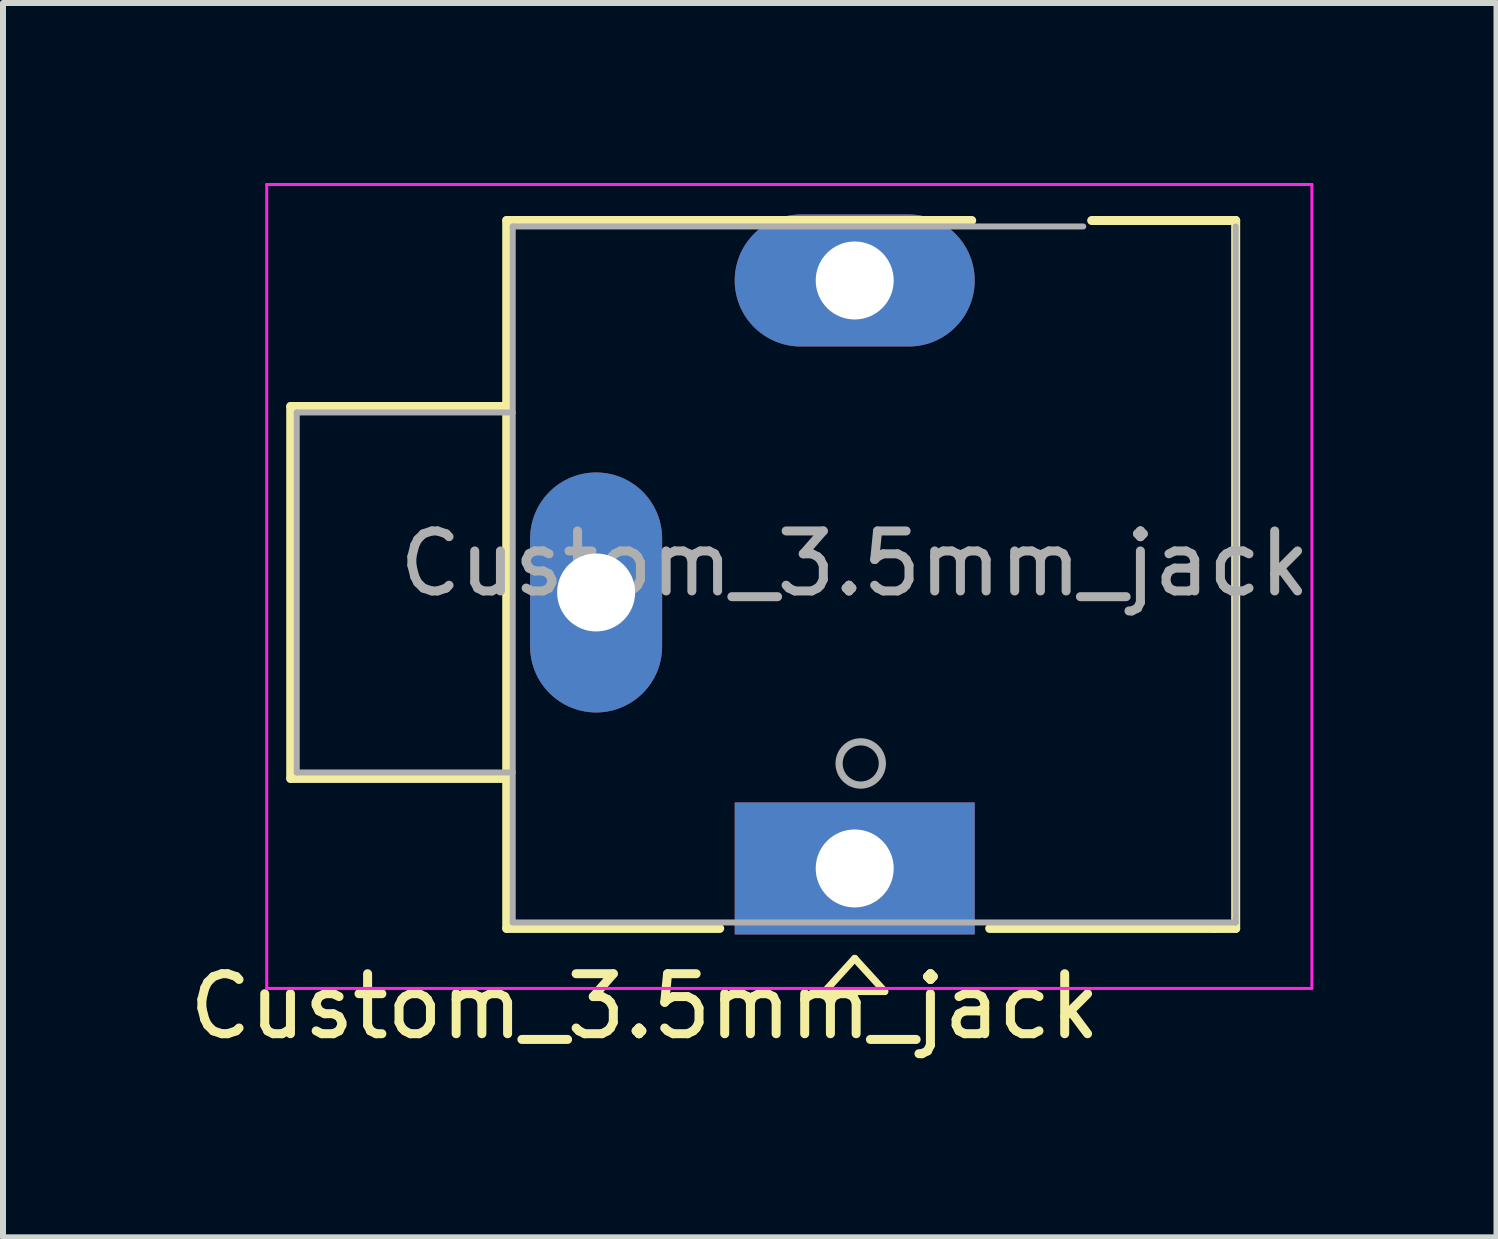
<source format=kicad_pcb>
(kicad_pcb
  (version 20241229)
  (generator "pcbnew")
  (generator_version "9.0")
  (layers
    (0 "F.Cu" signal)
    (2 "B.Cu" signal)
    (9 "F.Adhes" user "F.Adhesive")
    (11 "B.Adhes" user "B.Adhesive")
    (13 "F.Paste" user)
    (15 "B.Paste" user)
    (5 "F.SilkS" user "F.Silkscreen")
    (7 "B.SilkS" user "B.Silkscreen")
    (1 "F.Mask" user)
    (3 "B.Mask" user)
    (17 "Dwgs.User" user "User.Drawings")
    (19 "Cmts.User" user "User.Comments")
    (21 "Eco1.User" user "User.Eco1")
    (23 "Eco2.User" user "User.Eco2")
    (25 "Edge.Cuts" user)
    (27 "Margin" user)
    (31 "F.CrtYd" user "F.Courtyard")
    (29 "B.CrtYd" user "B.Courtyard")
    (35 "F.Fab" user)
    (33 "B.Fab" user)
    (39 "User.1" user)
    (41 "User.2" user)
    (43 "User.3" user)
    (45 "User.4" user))
  (footprint "Custom_3.5mm_jack"
    (layer "F.Cu")
    (at 11.196 11.425)
    (property "Reference" "Custom_3.5mm_jack" (at -3.5 2.3 180) (layer "F.SilkS") (effects (font (size 1 1) (thickness 0.15))))
    (attr through_hole)
    (fp_line (start -9.4 -7.7) (end -9.4 -1.5) (stroke (width 0.15) (type solid)) (layer "F.SilkS"))
    (fp_line (start -9.4 -1.5) (end -5.8 -1.5) (stroke (width 0.15) (type solid)) (layer "F.SilkS"))
    (fp_line (start -5.8 -10.8) (end 1.95 -10.8) (stroke (width 0.15) (type solid)) (layer "F.SilkS"))
    (fp_line (start -5.8 -7.7) (end -9.4 -7.7) (stroke (width 0.15) (type solid)) (layer "F.SilkS"))
    (fp_line (start -5.8 1) (end -5.8 -10.8) (stroke (width 0.15) (type solid)) (layer "F.SilkS"))
    (fp_line (start -2.25 1) (end -5.8 1) (stroke (width 0.15) (type solid)) (layer "F.SilkS"))
    (fp_line (start -0.5 2.05) (end 0.5 2.05) (stroke (width 0.12) (type solid)) (layer "F.SilkS"))
    (fp_line (start 0 1.5) (end -0.5 2.05) (stroke (width 0.12) (type solid)) (layer "F.SilkS"))
    (fp_line (start 0.5 2.05) (end 0 1.5) (stroke (width 0.12) (type solid)) (layer "F.SilkS"))
    (fp_line (start 3.95 -10.8) (end 6.35 -10.8) (stroke (width 0.15) (type solid)) (layer "F.SilkS"))
    (fp_line (start 6 1) (end 2.25 1) (stroke (width 0.15) (type solid)) (layer "F.SilkS"))
    (fp_line (start 6 1) (end 6.35 1) (stroke (width 0.15) (type solid)) (layer "F.SilkS"))
    (fp_line (start 6.35 -10.8) (end 6.35 1) (stroke (width 0.15) (type solid)) (layer "F.SilkS"))
    (fp_line (start -9.8 -11.4) (end -9.8 2) (stroke (width 0.05) (type solid)) (layer "F.CrtYd"))
    (fp_line (start -9.8 2) (end 7.62 2) (stroke (width 0.05) (type solid)) (layer "F.CrtYd"))
    (fp_line (start 7.62 -11.4) (end -9.8 -11.4) (stroke (width 0.05) (type solid)) (layer "F.CrtYd"))
    (fp_line (start 7.62 2) (end 7.62 -11.4) (stroke (width 0.05) (type solid)) (layer "F.CrtYd"))
    (fp_line (start -9.3 -7.6) (end -9.3 -1.6) (stroke (width 0.1) (type solid)) (layer "F.Fab"))
    (fp_line (start -9.3 -7.6) (end -5.7 -7.6) (stroke (width 0.1) (type solid)) (layer "F.Fab"))
    (fp_line (start -9.3 -1.6) (end -5.7 -1.6) (stroke (width 0.1) (type solid)) (layer "F.Fab"))
    (fp_line (start -5.7 -10.7) (end -5.7 0.9) (stroke (width 0.1) (type solid)) (layer "F.Fab"))
    (fp_line (start -5.7 0.9) (end 6.35 0.9) (stroke (width 0.1) (type solid)) (layer "F.Fab"))
    (fp_line (start 3.81 -10.7) (end -5.7 -10.7) (stroke (width 0.1) (type solid)) (layer "F.Fab"))
    (fp_line (start 6.35 0.9) (end 6.35 -10.7) (stroke (width 0.1) (type solid)) (layer "F.Fab"))
    (fp_circle (center 0.1 -1.75) (end 0.4 -1.55) (stroke (width 0.12) (type solid)) (fill no) (layer "F.Fab"))
    (fp_text user "${REFERENCE}" (at 0 -5.08 180) (layer "F.Fab") (effects (font (size 1 1) (thickness 0.15))))
    (pad "R" thru_hole oval (at 0 -9.8) (size 4 2.2) (drill 1.3) (layers "*.Cu" "*.Mask"))
    (pad "S" thru_hole oval (at -4.31 -4.6) (size 2.2 4) (drill 1.3) (layers "*.Cu" "*.Mask"))
    (pad "T" thru_hole rect (at 0 0) (size 4 2.2) (drill 1.3) (layers "*.Cu" "*.Mask")))
  (gr_rect
    (start -3 -3)
    (end 21.893 17.573)
    (stroke (width 0.1) (type default))
    (fill no)
    (layer "Edge.Cuts")))
</source>
